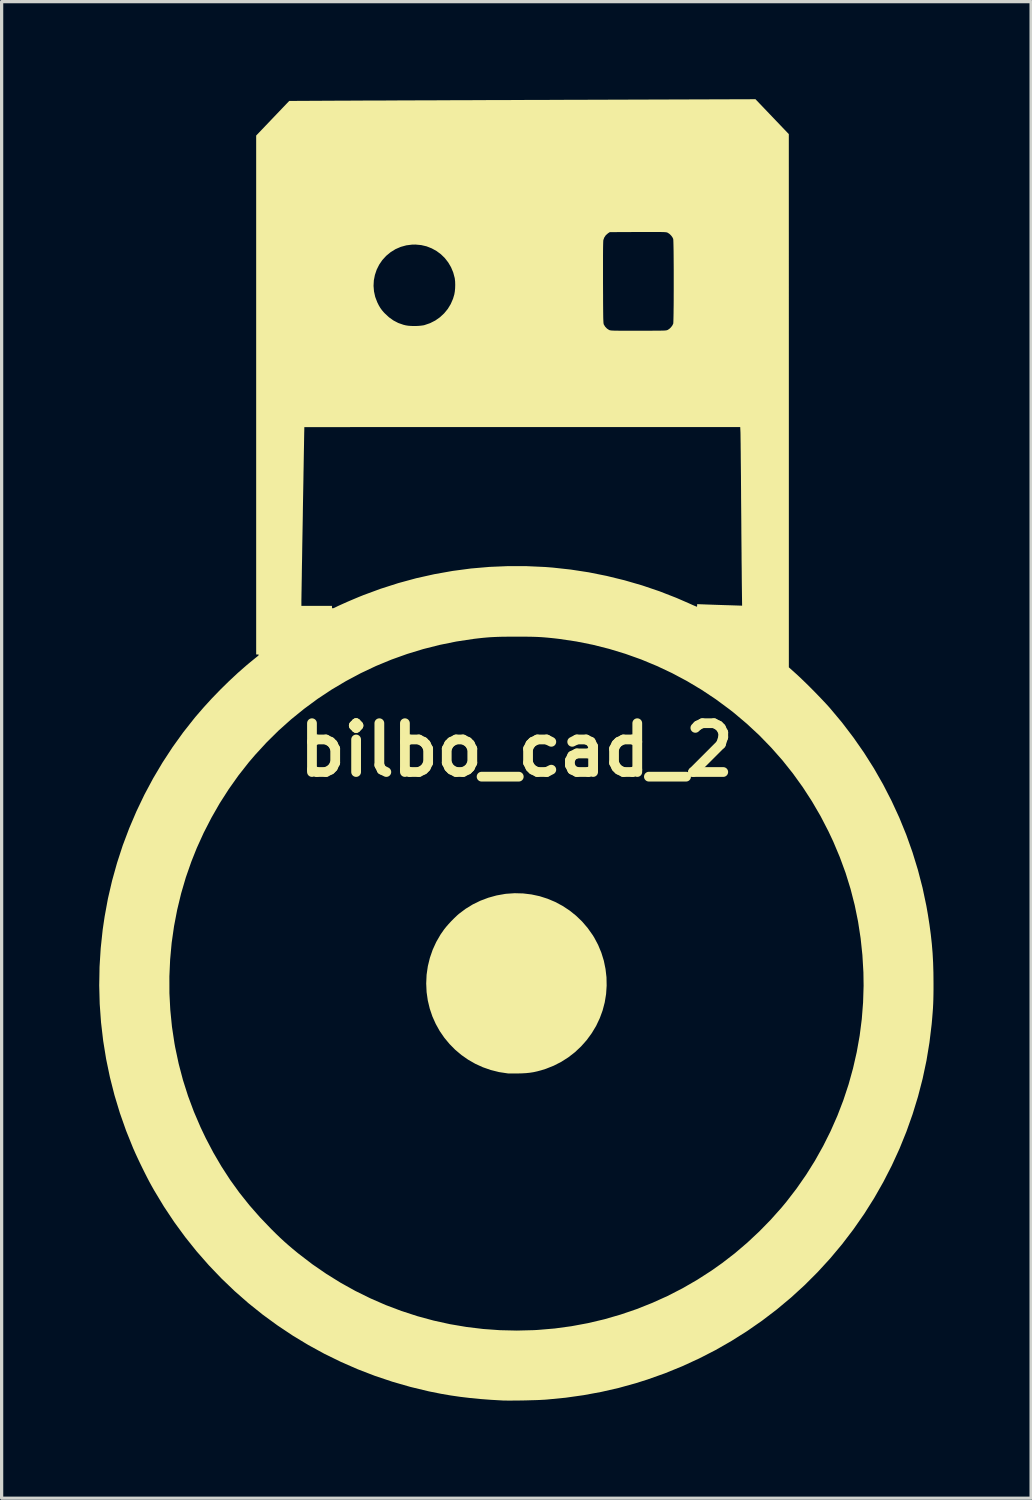
<source format=kicad_pcb>
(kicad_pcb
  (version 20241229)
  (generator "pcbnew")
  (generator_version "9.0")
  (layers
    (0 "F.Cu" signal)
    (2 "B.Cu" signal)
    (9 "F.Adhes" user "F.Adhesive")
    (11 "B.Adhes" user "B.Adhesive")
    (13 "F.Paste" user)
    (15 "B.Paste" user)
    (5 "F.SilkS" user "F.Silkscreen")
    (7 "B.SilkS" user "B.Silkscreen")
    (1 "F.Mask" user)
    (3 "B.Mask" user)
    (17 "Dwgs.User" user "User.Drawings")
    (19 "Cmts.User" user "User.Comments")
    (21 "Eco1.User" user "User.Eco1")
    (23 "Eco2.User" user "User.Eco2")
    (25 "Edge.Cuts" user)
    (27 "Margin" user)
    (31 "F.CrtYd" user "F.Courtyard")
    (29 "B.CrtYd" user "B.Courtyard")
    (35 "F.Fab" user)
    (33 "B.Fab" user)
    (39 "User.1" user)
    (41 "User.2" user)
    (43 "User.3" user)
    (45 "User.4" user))
  (footprint "bilbo_cad_2"
    (layer "F.Cu")
    (at 12.826 20.004)
    (property "Reference" "bilbo_cad_2" (at 0 0 0) (layer "F.SilkS") (effects (font (size 1.5 1.5) (thickness 0.3))))
    (attr board_only exclude_from_pos_files exclude_from_bom)
    (fp_poly (pts (xy 0.205 4.411) (xy 0.462 4.442) (xy 0.713 4.496) (xy 0.957 4.574) (xy 1.192 4.673) (xy 1.418 4.794) (xy 1.632 4.935) (xy 1.832 5.095) (xy 2.019 5.275) (xy 2.189 5.473) (xy 2.342 5.689) (xy 2.389 5.764) (xy 2.511 5.994) (xy 2.61 6.233) (xy 2.686 6.479) (xy 2.738 6.732) (xy 2.768 6.989) (xy 2.773 7.247) (xy 2.756 7.504) (xy 2.714 7.76) (xy 2.648 8.011) (xy 2.562 8.245) (xy 2.449 8.484) (xy 2.314 8.708) (xy 2.16 8.919) (xy 1.988 9.113) (xy 1.799 9.291) (xy 1.594 9.45) (xy 1.376 9.589) (xy 1.145 9.707) (xy 0.903 9.803) (xy 0.759 9.848) (xy 0.635 9.881) (xy 0.521 9.906) (xy 0.41 9.923) (xy 0.294 9.935) (xy 0.167 9.942) (xy 0.051 9.945) (xy -0.033 9.946) (xy -0.112 9.946) (xy -0.18 9.946) (xy -0.233 9.945) (xy -0.266 9.944) (xy -0.27 9.943) (xy -0.534 9.903) (xy -0.789 9.839) (xy -1.033 9.754) (xy -1.265 9.648) (xy -1.485 9.522) (xy -1.691 9.378) (xy -1.882 9.217) (xy -2.058 9.039) (xy -2.217 8.847) (xy -2.359 8.641) (xy -2.481 8.422) (xy -2.584 8.192) (xy -2.665 7.952) (xy -2.725 7.702) (xy -2.762 7.444) (xy -2.774 7.18) (xy -2.774 7.177) (xy -2.762 6.91) (xy -2.724 6.648) (xy -2.661 6.391) (xy -2.575 6.142) (xy -2.465 5.902) (xy -2.332 5.672) (xy -2.223 5.516) (xy -2.161 5.438) (xy -2.084 5.35) (xy -1.999 5.258) (xy -1.911 5.17) (xy -1.827 5.09) (xy -1.768 5.038) (xy -1.563 4.884) (xy -1.343 4.749) (xy -1.109 4.635) (xy -0.865 4.543) (xy -0.613 4.473) (xy -0.355 4.427) (xy -0.318 4.422) (xy -0.055 4.404)) (stroke (width 0) (type solid)) (fill yes) (layer "F.SilkS"))
    (fp_poly (pts (xy 7.473 -19.873) (xy 7.51 -19.835) (xy 7.561 -19.781) (xy 7.625 -19.714) (xy 7.699 -19.637) (xy 7.78 -19.552) (xy 7.865 -19.463) (xy 7.952 -19.372) (xy 7.986 -19.336) (xy 8.373 -18.931) (xy 8.374 -10.735) (xy 8.374 -2.54) (xy 8.59 -2.346) (xy 8.686 -2.258) (xy 8.795 -2.154) (xy 8.914 -2.039) (xy 9.038 -1.916) (xy 9.163 -1.79) (xy 9.286 -1.663) (xy 9.403 -1.541) (xy 9.511 -1.426) (xy 9.605 -1.323) (xy 9.642 -1.281) (xy 10.011 -0.84) (xy 10.358 -0.384) (xy 10.685 0.085) (xy 10.99 0.567) (xy 11.272 1.061) (xy 11.532 1.567) (xy 11.77 2.083) (xy 11.984 2.608) (xy 12.174 3.143) (xy 12.341 3.687) (xy 12.484 4.238) (xy 12.602 4.796) (xy 12.648 5.059) (xy 12.697 5.372) (xy 12.737 5.671) (xy 12.769 5.961) (xy 12.793 6.249) (xy 12.809 6.543) (xy 12.818 6.848) (xy 12.821 7.172) (xy 12.821 7.177) (xy 12.821 7.359) (xy 12.819 7.521) (xy 12.816 7.668) (xy 12.811 7.807) (xy 12.804 7.943) (xy 12.794 8.081) (xy 12.782 8.228) (xy 12.768 8.389) (xy 12.764 8.432) (xy 12.696 8.995) (xy 12.604 9.553) (xy 12.486 10.108) (xy 12.344 10.656) (xy 12.178 11.198) (xy 11.988 11.733) (xy 11.775 12.259) (xy 11.538 12.776) (xy 11.278 13.282) (xy 10.997 13.776) (xy 10.693 14.258) (xy 10.684 14.271) (xy 10.356 14.742) (xy 10.009 15.196) (xy 9.643 15.633) (xy 9.259 16.052) (xy 8.858 16.453) (xy 8.44 16.835) (xy 8.006 17.198) (xy 7.556 17.541) (xy 7.092 17.864) (xy 6.613 18.166) (xy 6.121 18.448) (xy 5.616 18.707) (xy 5.099 18.945) (xy 4.569 19.161) (xy 4.029 19.353) (xy 3.669 19.467) (xy 3.141 19.613) (xy 2.606 19.735) (xy 2.063 19.835) (xy 1.511 19.913) (xy 0.946 19.968) (xy 0.869 19.974) (xy 0.794 19.978) (xy 0.7 19.983) (xy 0.59 19.987) (xy 0.469 19.99) (xy 0.342 19.994) (xy 0.21 19.997) (xy 0.08 19.999) (xy -0.045 20) (xy -0.161 20.001) (xy -0.265 20.001) (xy -0.351 20) (xy -0.417 19.999) (xy -0.425 19.998) (xy -0.778 19.978) (xy -1.111 19.953) (xy -1.426 19.922) (xy -1.729 19.886) (xy -2.024 19.843) (xy -2.315 19.793) (xy -2.606 19.735) (xy -2.7 19.716) (xy -3.259 19.581) (xy -3.809 19.423) (xy -4.349 19.242) (xy -4.879 19.038) (xy -5.397 18.811) (xy -5.904 18.563) (xy -6.398 18.293) (xy -6.879 18.002) (xy -7.346 17.69) (xy -7.8 17.359) (xy -8.238 17.008) (xy -8.661 16.637) (xy -9.067 16.248) (xy -9.457 15.84) (xy -9.83 15.415) (xy -10.184 14.973) (xy -10.52 14.513) (xy -10.837 14.037) (xy -11.134 13.545) (xy -11.226 13.382) (xy -11.286 13.272) (xy -11.353 13.143) (xy -11.425 13.001) (xy -11.499 12.852) (xy -11.573 12.7) (xy -11.643 12.552) (xy -11.708 12.412) (xy -11.764 12.285) (xy -11.783 12.243) (xy -11.999 11.706) (xy -12.19 11.164) (xy -12.356 10.615) (xy -12.497 10.061) (xy -12.613 9.503) (xy -12.704 8.941) (xy -12.77 8.376) (xy -12.811 7.808) (xy -12.826 7.239) (xy -12.821 6.961) (xy -10.669 6.961) (xy -10.668 7.477) (xy -10.641 7.993) (xy -10.59 8.507) (xy -10.513 9.018) (xy -10.491 9.14) (xy -10.383 9.648) (xy -10.252 10.146) (xy -10.096 10.637) (xy -9.916 11.12) (xy -9.711 11.598) (xy -9.551 11.934) (xy -9.316 12.381) (xy -9.066 12.808) (xy -8.8 13.218) (xy -8.515 13.613) (xy -8.21 13.995) (xy -7.884 14.367) (xy -7.538 14.728) (xy -7.395 14.87) (xy -7.263 14.997) (xy -7.136 15.114) (xy -7.009 15.226) (xy -6.876 15.339) (xy -6.732 15.458) (xy -6.688 15.493) (xy -6.273 15.811) (xy -5.844 16.106) (xy -5.403 16.38) (xy -4.951 16.631) (xy -4.488 16.859) (xy -4.016 17.065) (xy -3.534 17.247) (xy -3.045 17.406) (xy -2.548 17.541) (xy -2.045 17.652) (xy -1.537 17.738) (xy -1.024 17.8) (xy -0.508 17.837) (xy 0.012 17.849) (xy 0.534 17.836) (xy 0.657 17.829) (xy 1.175 17.785) (xy 1.69 17.715) (xy 2.201 17.62) (xy 2.705 17.501) (xy 3.202 17.357) (xy 3.692 17.19) (xy 4.173 16.999) (xy 4.645 16.786) (xy 5.106 16.549) (xy 5.555 16.29) (xy 5.992 16.009) (xy 6.32 15.777) (xy 6.713 15.474) (xy 7.095 15.148) (xy 7.463 14.804) (xy 7.815 14.444) (xy 8.147 14.072) (xy 8.294 13.895) (xy 8.609 13.486) (xy 8.904 13.062) (xy 9.177 12.626) (xy 9.428 12.177) (xy 9.658 11.717) (xy 9.865 11.248) (xy 10.049 10.769) (xy 10.21 10.282) (xy 10.347 9.788) (xy 10.461 9.288) (xy 10.551 8.783) (xy 10.616 8.274) (xy 10.656 7.762) (xy 10.672 7.248) (xy 10.666 6.836) (xy 10.635 6.306) (xy 10.58 5.786) (xy 10.501 5.273) (xy 10.398 4.768) (xy 10.27 4.27) (xy 10.118 3.779) (xy 9.94 3.294) (xy 9.738 2.814) (xy 9.591 2.502) (xy 9.349 2.034) (xy 9.085 1.581) (xy 8.801 1.143) (xy 8.497 0.721) (xy 8.173 0.314) (xy 7.829 -0.075) (xy 7.467 -0.448) (xy 7.085 -0.803) (xy 6.685 -1.141) (xy 6.546 -1.25) (xy 6.125 -1.561) (xy 5.69 -1.85) (xy 5.243 -2.117) (xy 4.785 -2.361) (xy 4.316 -2.582) (xy 3.837 -2.781) (xy 3.349 -2.955) (xy 2.853 -3.106) (xy 2.35 -3.233) (xy 1.84 -3.335) (xy 1.325 -3.412) (xy 1.172 -3.43) (xy 1.059 -3.442) (xy 0.957 -3.452) (xy 0.863 -3.46) (xy 0.773 -3.467) (xy 0.683 -3.472) (xy 0.589 -3.476) (xy 0.486 -3.479) (xy 0.372 -3.481) (xy 0.243 -3.482) (xy 0.094 -3.482) (xy -0.006 -3.482) (xy -0.184 -3.482) (xy -0.34 -3.481) (xy -0.478 -3.479) (xy -0.602 -3.475) (xy -0.717 -3.47) (xy -0.826 -3.464) (xy -0.934 -3.455) (xy -1.044 -3.445) (xy -1.161 -3.432) (xy -1.289 -3.417) (xy -1.332 -3.411) (xy -1.849 -3.333) (xy -2.36 -3.229) (xy -2.863 -3.102) (xy -3.358 -2.951) (xy -3.844 -2.777) (xy -4.32 -2.58) (xy -4.785 -2.36) (xy -5.239 -2.118) (xy -5.682 -1.855) (xy -6.111 -1.571) (xy -6.526 -1.265) (xy -6.927 -0.94) (xy -7.313 -0.595) (xy -7.682 -0.23) (xy -8.035 0.154) (xy -8.228 0.38) (xy -8.544 0.782) (xy -8.841 1.201) (xy -9.12 1.636) (xy -9.377 2.085) (xy -9.614 2.546) (xy -9.828 3.017) (xy -9.993 3.431) (xy -10.163 3.917) (xy -10.308 4.412) (xy -10.429 4.913) (xy -10.526 5.419) (xy -10.599 5.93) (xy -10.646 6.445) (xy -10.669 6.961) (xy -12.821 6.961) (xy -12.816 6.668) (xy -12.78 6.096) (xy -12.719 5.524) (xy -12.66 5.125) (xy -12.558 4.569) (xy -12.43 4.018) (xy -12.278 3.473) (xy -12.103 2.935) (xy -11.903 2.405) (xy -11.681 1.885) (xy -11.437 1.375) (xy -11.17 0.876) (xy -10.882 0.39) (xy -10.573 -0.083) (xy -10.244 -0.541) (xy -9.895 -0.983) (xy -9.856 -1.03) (xy -9.618 -1.305) (xy -9.366 -1.581) (xy -9.103 -1.853) (xy -8.835 -2.116) (xy -8.566 -2.367) (xy -8.301 -2.599) (xy -8.246 -2.645) (xy -8.181 -2.699) (xy -8.117 -2.751) (xy -8.06 -2.798) (xy -8.013 -2.836) (xy -7.986 -2.857) (xy -7.951 -2.886) (xy -7.927 -2.91) (xy -7.919 -2.924) (xy -7.919 -2.925) (xy -7.935 -2.932) (xy -7.963 -2.935) (xy -8.001 -2.935) (xy -8.001 -4.429) (xy -6.611 -4.429) (xy -6.141 -4.429) (xy -5.671 -4.429) (xy -5.671 -4.39) (xy -5.668 -4.365) (xy -5.657 -4.354) (xy -5.633 -4.356) (xy -5.595 -4.371) (xy -5.551 -4.392) (xy -5.486 -4.424) (xy -5.4 -4.463) (xy -5.3 -4.508) (xy -5.19 -4.557) (xy -5.073 -4.607) (xy -4.955 -4.657) (xy -4.84 -4.705) (xy -4.733 -4.748) (xy -4.712 -4.757) (xy -4.175 -4.955) (xy -3.631 -5.129) (xy -3.08 -5.279) (xy -2.524 -5.403) (xy -1.963 -5.503) (xy -1.398 -5.578) (xy -0.829 -5.627) (xy -0.259 -5.651) (xy 0.313 -5.65) (xy 0.886 -5.624) (xy 1.114 -5.606) (xy 1.67 -5.545) (xy 2.225 -5.46) (xy 2.777 -5.349) (xy 3.324 -5.215) (xy 3.865 -5.058) (xy 4.396 -4.878) (xy 4.917 -4.675) (xy 5.292 -4.512) (xy 5.365 -4.479) (xy 5.43 -4.45) (xy 5.484 -4.427) (xy 5.523 -4.411) (xy 5.542 -4.403) (xy 5.544 -4.403) (xy 5.552 -4.414) (xy 5.555 -4.441) (xy 5.555 -4.442) (xy 5.555 -4.482) (xy 5.796 -4.473) (xy 5.87 -4.47) (xy 5.964 -4.467) (xy 6.073 -4.463) (xy 6.192 -4.459) (xy 6.314 -4.455) (xy 6.435 -4.451) (xy 6.487 -4.45) (xy 6.937 -4.435) (xy 6.928 -5.143) (xy 6.927 -5.242) (xy 6.926 -5.365) (xy 6.925 -5.509) (xy 6.923 -5.672) (xy 6.921 -5.852) (xy 6.92 -6.046) (xy 6.918 -6.253) (xy 6.916 -6.47) (xy 6.914 -6.695) (xy 6.913 -6.926) (xy 6.911 -7.16) (xy 6.909 -7.395) (xy 6.907 -7.63) (xy 6.906 -7.744) (xy 6.905 -7.965) (xy 6.903 -8.181) (xy 6.902 -8.39) (xy 6.9 -8.591) (xy 6.898 -8.781) (xy 6.896 -8.96) (xy 6.895 -9.125) (xy 6.893 -9.276) (xy 6.892 -9.41) (xy 6.89 -9.527) (xy 6.889 -9.624) (xy 6.888 -9.699) (xy 6.887 -9.753) (xy 6.886 -9.781) (xy 6.879 -9.926) (xy 0.179 -9.926) (xy -0.235 -9.926) (xy -0.643 -9.926) (xy -1.043 -9.926) (xy -1.435 -9.926) (xy -1.819 -9.926) (xy -2.193 -9.925) (xy -2.557 -9.925) (xy -2.91 -9.925) (xy -3.251 -9.925) (xy -3.58 -9.925) (xy -3.895 -9.925) (xy -4.196 -9.925) (xy -4.483 -9.925) (xy -4.754 -9.925) (xy -5.008 -9.925) (xy -5.246 -9.924) (xy -5.466 -9.924) (xy -5.667 -9.924) (xy -5.849 -9.924) (xy -6.01 -9.924) (xy -6.151 -9.924) (xy -6.271 -9.923) (xy -6.368 -9.923) (xy -6.442 -9.923) (xy -6.492 -9.923) (xy -6.517 -9.923) (xy -6.521 -9.922) (xy -6.521 -9.89) (xy -6.522 -9.834) (xy -6.524 -9.756) (xy -6.526 -9.657) (xy -6.528 -9.539) (xy -6.53 -9.403) (xy -6.533 -9.251) (xy -6.536 -9.085) (xy -6.539 -8.906) (xy -6.542 -8.715) (xy -6.546 -8.514) (xy -6.549 -8.304) (xy -6.553 -8.088) (xy -6.557 -7.866) (xy -6.561 -7.64) (xy -6.565 -7.411) (xy -6.568 -7.182) (xy -6.572 -6.953) (xy -6.576 -6.726) (xy -6.58 -6.503) (xy -6.584 -6.285) (xy -6.587 -6.074) (xy -6.59 -5.87) (xy -6.594 -5.677) (xy -6.597 -5.494) (xy -6.599 -5.324) (xy -6.602 -5.169) (xy -6.604 -5.029) (xy -6.606 -4.906) (xy -6.608 -4.802) (xy -6.609 -4.718) (xy -6.61 -4.656) (xy -6.611 -4.617) (xy -6.611 -4.606) (xy -6.611 -4.429) (xy -8.001 -4.429) (xy -8.001 -10.911) (xy -8.001 -14.266) (xy -4.393 -14.266) (xy -4.379 -14.096) (xy -4.342 -13.928) (xy -4.28 -13.765) (xy -4.275 -13.754) (xy -4.229 -13.662) (xy -4.184 -13.587) (xy -4.135 -13.519) (xy -4.075 -13.449) (xy -4.05 -13.423) (xy -3.918 -13.3) (xy -3.78 -13.202) (xy -3.633 -13.125) (xy -3.474 -13.07) (xy -3.405 -13.053) (xy -3.33 -13.041) (xy -3.238 -13.034) (xy -3.138 -13.032) (xy -3.037 -13.034) (xy -2.941 -13.042) (xy -2.86 -13.053) (xy -2.826 -13.061) (xy -2.654 -13.12) (xy -2.495 -13.201) (xy -2.351 -13.302) (xy -2.223 -13.421) (xy -2.112 -13.556) (xy -2.02 -13.707) (xy -1.949 -13.871) (xy -1.91 -14.003) (xy -1.895 -14.089) (xy -1.885 -14.191) (xy -1.882 -14.298) (xy -1.885 -14.4) (xy -1.895 -14.49) (xy -1.897 -14.505) (xy -1.943 -14.677) (xy -2.01 -14.838) (xy -2.017 -14.85) (xy 2.661 -14.85) (xy 2.661 -14.64) (xy 2.661 -14.405) (xy 2.661 -14.367) (xy 2.662 -14.158) (xy 2.663 -13.974) (xy 2.663 -13.813) (xy 2.664 -13.672) (xy 2.665 -13.551) (xy 2.666 -13.449) (xy 2.667 -13.362) (xy 2.668 -13.291) (xy 2.67 -13.233) (xy 2.672 -13.187) (xy 2.674 -13.151) (xy 2.676 -13.124) (xy 2.679 -13.104) (xy 2.682 -13.09) (xy 2.685 -13.08) (xy 2.686 -13.079) (xy 2.727 -13.011) (xy 2.784 -12.952) (xy 2.842 -12.914) (xy 2.853 -12.908) (xy 2.865 -12.904) (xy 2.88 -12.9) (xy 2.899 -12.897) (xy 2.925 -12.894) (xy 2.96 -12.892) (xy 3.004 -12.89) (xy 3.062 -12.889) (xy 3.133 -12.888) (xy 3.221 -12.887) (xy 3.327 -12.887) (xy 3.453 -12.887) (xy 3.602 -12.887) (xy 3.746 -12.887) (xy 3.916 -12.887) (xy 4.061 -12.887) (xy 4.185 -12.888) (xy 4.289 -12.888) (xy 4.375 -12.889) (xy 4.444 -12.89) (xy 4.5 -12.891) (xy 4.544 -12.893) (xy 4.577 -12.895) (xy 4.602 -12.898) (xy 4.62 -12.902) (xy 4.635 -12.906) (xy 4.646 -12.91) (xy 4.648 -12.911) (xy 4.698 -12.943) (xy 4.748 -12.99) (xy 4.79 -13.045) (xy 4.817 -13.098) (xy 4.819 -13.103) (xy 4.822 -13.125) (xy 4.824 -13.17) (xy 4.826 -13.237) (xy 4.828 -13.323) (xy 4.83 -13.426) (xy 4.831 -13.543) (xy 4.833 -13.674) (xy 4.834 -13.815) (xy 4.834 -13.964) (xy 4.835 -14.119) (xy 4.835 -14.278) (xy 4.835 -14.439) (xy 4.835 -14.6) (xy 4.835 -14.757) (xy 4.834 -14.91) (xy 4.833 -15.056) (xy 4.832 -15.193) (xy 4.831 -15.319) (xy 4.829 -15.431) (xy 4.827 -15.527) (xy 4.825 -15.605) (xy 4.823 -15.663) (xy 4.82 -15.699) (xy 4.819 -15.709) (xy 4.794 -15.761) (xy 4.753 -15.816) (xy 4.703 -15.864) (xy 4.652 -15.898) (xy 4.637 -15.905) (xy 4.624 -15.909) (xy 4.607 -15.913) (xy 4.584 -15.916) (xy 4.553 -15.918) (xy 4.513 -15.92) (xy 4.46 -15.921) (xy 4.395 -15.922) (xy 4.313 -15.923) (xy 4.214 -15.923) (xy 4.096 -15.923) (xy 3.957 -15.923) (xy 3.795 -15.922) (xy 3.726 -15.922) (xy 2.869 -15.918) (xy 2.815 -15.883) (xy 2.748 -15.825) (xy 2.699 -15.752) (xy 2.672 -15.676) (xy 2.669 -15.652) (xy 2.667 -15.606) (xy 2.665 -15.538) (xy 2.663 -15.447) (xy 2.662 -15.333) (xy 2.661 -15.196) (xy 2.661 -15.035) (xy 2.661 -14.85) (xy -2.017 -14.85) (xy -2.097 -14.986) (xy -2.201 -15.12) (xy -2.322 -15.238) (xy -2.457 -15.338) (xy -2.604 -15.419) (xy -2.761 -15.481) (xy -2.928 -15.52) (xy -3.101 -15.536) (xy -3.204 -15.535) (xy -3.385 -15.512) (xy -3.556 -15.465) (xy -3.718 -15.395) (xy -3.869 -15.301) (xy -4.006 -15.188) (xy -4.124 -15.058) (xy -4.221 -14.916) (xy -4.297 -14.763) (xy -4.351 -14.602) (xy -4.384 -14.435) (xy -4.393 -14.266) (xy -8.001 -14.266) (xy -8.001 -18.887) (xy -7.493 -19.419) (xy -6.985 -19.951) (xy -5.295 -19.96) (xy -5.162 -19.96) (xy -5.004 -19.961) (xy -4.823 -19.962) (xy -4.62 -19.963) (xy -4.395 -19.963) (xy -4.152 -19.964) (xy -3.89 -19.965) (xy -3.61 -19.967) (xy -3.315 -19.968) (xy -3.004 -19.969) (xy -2.681 -19.97) (xy -2.344 -19.971) (xy -1.997 -19.973) (xy -1.64 -19.974) (xy -1.274 -19.975) (xy -0.9 -19.977) (xy -0.521 -19.978) (xy -0.136 -19.979) (xy 0.253 -19.981) (xy 0.644 -19.982) (xy 1.037 -19.983) (xy 1.43 -19.985) (xy 1.822 -19.986) (xy 1.872 -19.986) (xy 7.348 -20.004)) (stroke (width 0) (type solid)) (fill yes) (layer "F.SilkS")))
  (gr_rect
    (start -3 -3)
    (end 28.647 43.006)
    (stroke (width 0.1) (type default))
    (fill no)
    (layer "Edge.Cuts")))
</source>
